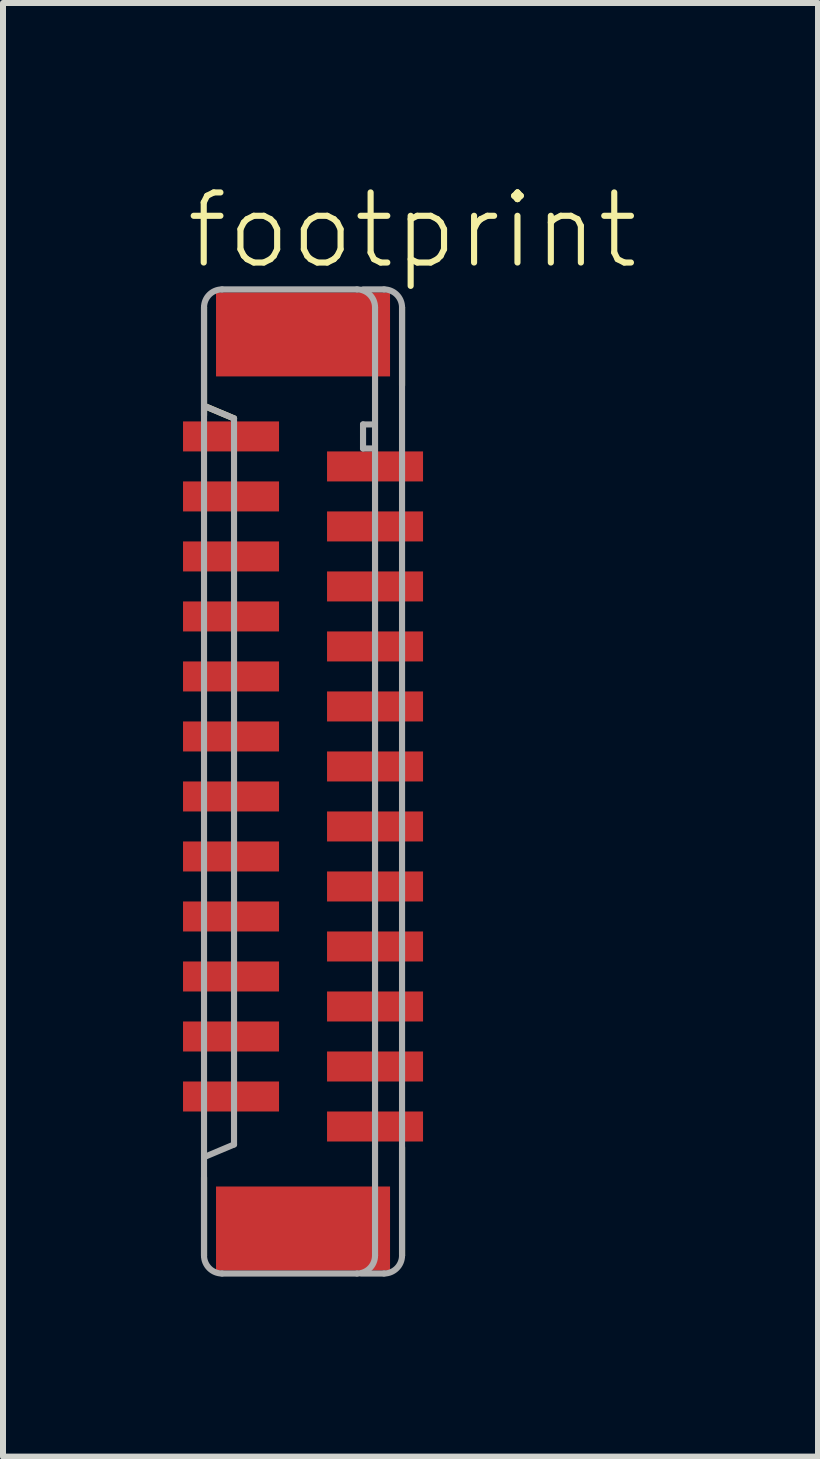
<source format=kicad_pcb>
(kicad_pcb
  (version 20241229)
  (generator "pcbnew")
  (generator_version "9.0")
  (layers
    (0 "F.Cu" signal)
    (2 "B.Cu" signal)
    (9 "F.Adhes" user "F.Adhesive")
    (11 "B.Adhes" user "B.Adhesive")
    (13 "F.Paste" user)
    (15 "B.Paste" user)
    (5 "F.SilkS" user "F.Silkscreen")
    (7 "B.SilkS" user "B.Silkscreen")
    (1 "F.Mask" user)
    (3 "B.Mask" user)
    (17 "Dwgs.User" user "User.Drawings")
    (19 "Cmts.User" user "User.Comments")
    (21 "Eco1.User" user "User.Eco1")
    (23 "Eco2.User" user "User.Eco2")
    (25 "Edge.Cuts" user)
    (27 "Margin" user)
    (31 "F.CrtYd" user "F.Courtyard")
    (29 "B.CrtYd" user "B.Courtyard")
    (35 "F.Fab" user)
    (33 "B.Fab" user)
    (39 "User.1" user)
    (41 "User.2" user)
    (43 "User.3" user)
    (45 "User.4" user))
  (footprint "footprint"
    (layer "F.Cu")
    (at 2 9.973)
    (property "Reference" "footprint" (at -2 -8.5 0) (layer "F.SilkS") (effects (font (size 1.168 1.168) (thickness 0.102)) (justify left bottom)))
    (fp_line (start -1.65 -7.9) (end -1.65 -6.1) (stroke (width 0.102) (type solid)) (layer "F.SilkS"))
    (fp_line (start -1.65 6.6) (end -1.65 7.9) (stroke (width 0.102) (type solid)) (layer "F.SilkS"))
    (fp_line (start -1.625 -6.25) (end -1.15 -6.05) (stroke (width 0.102) (type solid)) (layer "F.SilkS"))
    (fp_line (start 1.65 -6.6) (end 1.65 -7.9) (stroke (width 0.102) (type solid)) (layer "F.SilkS"))
    (fp_line (start 1.65 7.9) (end 1.65 6.1) (stroke (width 0.102) (type solid)) (layer "F.SilkS"))
    (fp_line (start -1.65 -7.9) (end -1.65 7.9) (stroke (width 0.102) (type solid)) (layer "F.Fab"))
    (fp_line (start -1.625 -6.25) (end -1.15 -6.05) (stroke (width 0.102) (type solid)) (layer "F.Fab"))
    (fp_line (start -1.35 8.2) (end 0.9 8.2) (stroke (width 0.102) (type solid)) (layer "F.Fab"))
    (fp_line (start -1.15 -6.05) (end -1.15 6.05) (stroke (width 0.102) (type solid)) (layer "F.Fab"))
    (fp_line (start -1.15 6.05) (end -1.625 6.25) (stroke (width 0.102) (type solid)) (layer "F.Fab"))
    (fp_line (start 0.9 -8.2) (end -1.35 -8.2) (stroke (width 0.102) (type solid)) (layer "F.Fab"))
    (fp_line (start 0.975 8.2) (end 1.35 8.2) (stroke (width 0.102) (type solid)) (layer "F.Fab"))
    (fp_line (start 1 -8.2) (end 1.35 -8.2) (stroke (width 0.102) (type solid)) (layer "F.Fab"))
    (fp_line (start 1 -5.95) (end 1 -5.55) (stroke (width 0.102) (type solid)) (layer "F.Fab"))
    (fp_line (start 1 -5.55) (end 1.15 -5.55) (stroke (width 0.102) (type solid)) (layer "F.Fab"))
    (fp_line (start 1.15 -5.95) (end 1 -5.95) (stroke (width 0.102) (type solid)) (layer "F.Fab"))
    (fp_line (start 1.2 7.9) (end 1.2 -7.9) (stroke (width 0.102) (type solid)) (layer "F.Fab"))
    (fp_line (start 1.65 7.9) (end 1.65 -7.9) (stroke (width 0.102) (type solid)) (layer "F.Fab"))
    (fp_arc (start -1.65 -7.9) (mid -1.562132 -8.112132) (end -1.35 -8.2) (stroke (width 0.1016) (type solid)) (layer "F.Fab"))
    (fp_arc (start -1.35 8.2) (mid -1.562132 8.112132) (end -1.65 7.9) (stroke (width 0.1016) (type solid)) (layer "F.Fab"))
    (fp_arc (start 0.9 -8.2) (mid 1.112132 -8.112132) (end 1.2 -7.9) (stroke (width 0.1016) (type solid)) (layer "F.Fab"))
    (fp_arc (start 1.2 7.9) (mid 1.112132 8.112132) (end 0.9 8.2) (stroke (width 0.1016) (type solid)) (layer "F.Fab"))
    (fp_arc (start 1.35 -8.2) (mid 1.562132 -8.112132) (end 1.65 -7.9) (stroke (width 0.1016) (type solid)) (layer "F.Fab"))
    (fp_arc (start 1.65 7.9) (mid 1.562132 8.112132) (end 1.35 8.2) (stroke (width 0.1016) (type solid)) (layer "F.Fab"))
    (pad "1" smd rect (at -1.2 -5.75 270) (size 0.5 1.6) (layers "F.Cu" "F.Mask" "F.Paste"))
    (pad "2" smd rect (at 1.2 -5.25 90) (size 0.5 1.6) (layers "F.Cu" "F.Mask" "F.Paste"))
    (pad "3" smd rect (at -1.2 -4.75 270) (size 0.5 1.6) (layers "F.Cu" "F.Mask" "F.Paste"))
    (pad "4" smd rect (at 1.2 -4.25 90) (size 0.5 1.6) (layers "F.Cu" "F.Mask" "F.Paste"))
    (pad "5" smd rect (at -1.2 -3.75 270) (size 0.5 1.6) (layers "F.Cu" "F.Mask" "F.Paste"))
    (pad "6" smd rect (at 1.2 -3.25 90) (size 0.5 1.6) (layers "F.Cu" "F.Mask" "F.Paste"))
    (pad "7" smd rect (at -1.2 -2.75 270) (size 0.5 1.6) (layers "F.Cu" "F.Mask" "F.Paste"))
    (pad "8" smd rect (at 1.2 -2.25 90) (size 0.5 1.6) (layers "F.Cu" "F.Mask" "F.Paste"))
    (pad "9" smd rect (at -1.2 -1.75 270) (size 0.5 1.6) (layers "F.Cu" "F.Mask" "F.Paste"))
    (pad "10" smd rect (at 1.2 -1.25 90) (size 0.5 1.6) (layers "F.Cu" "F.Mask" "F.Paste"))
    (pad "11" smd rect (at -1.2 -0.75 270) (size 0.5 1.6) (layers "F.Cu" "F.Mask" "F.Paste"))
    (pad "12" smd rect (at 1.2 -0.25 90) (size 0.5 1.6) (layers "F.Cu" "F.Mask" "F.Paste"))
    (pad "13" smd rect (at -1.2 0.25 270) (size 0.5 1.6) (layers "F.Cu" "F.Mask" "F.Paste"))
    (pad "14" smd rect (at 1.2 0.75 90) (size 0.5 1.6) (layers "F.Cu" "F.Mask" "F.Paste"))
    (pad "15" smd rect (at -1.2 1.25 270) (size 0.5 1.6) (layers "F.Cu" "F.Mask" "F.Paste"))
    (pad "16" smd rect (at 1.2 1.75 90) (size 0.5 1.6) (layers "F.Cu" "F.Mask" "F.Paste"))
    (pad "17" smd rect (at -1.2 2.25 270) (size 0.5 1.6) (layers "F.Cu" "F.Mask" "F.Paste"))
    (pad "18" smd rect (at 1.2 2.75 90) (size 0.5 1.6) (layers "F.Cu" "F.Mask" "F.Paste"))
    (pad "19" smd rect (at -1.2 3.25 270) (size 0.5 1.6) (layers "F.Cu" "F.Mask" "F.Paste"))
    (pad "20" smd rect (at 1.2 3.75 90) (size 0.5 1.6) (layers "F.Cu" "F.Mask" "F.Paste"))
    (pad "21" smd rect (at -1.2 4.25 270) (size 0.5 1.6) (layers "F.Cu" "F.Mask" "F.Paste"))
    (pad "22" smd rect (at 1.2 4.75 90) (size 0.5 1.6) (layers "F.Cu" "F.Mask" "F.Paste"))
    (pad "23" smd rect (at -1.2 5.25 270) (size 0.5 1.6) (layers "F.Cu" "F.Mask" "F.Paste"))
    (pad "24" smd rect (at 1.2 5.75 90) (size 0.5 1.6) (layers "F.Cu" "F.Mask" "F.Paste"))
    (pad "M1" smd rect (at 0 -7.45 270) (size 1.4 2.9) (layers "F.Cu" "F.Mask" "F.Paste"))
    (pad "M2" smd rect (at 0 7.45 270) (size 1.4 2.9) (layers "F.Cu" "F.Mask" "F.Paste")))
  (gr_rect
    (start -3 -3)
    (end 10.582 21.224)
    (stroke (width 0.1) (type default))
    (fill no)
    (layer "Edge.Cuts")))
</source>
